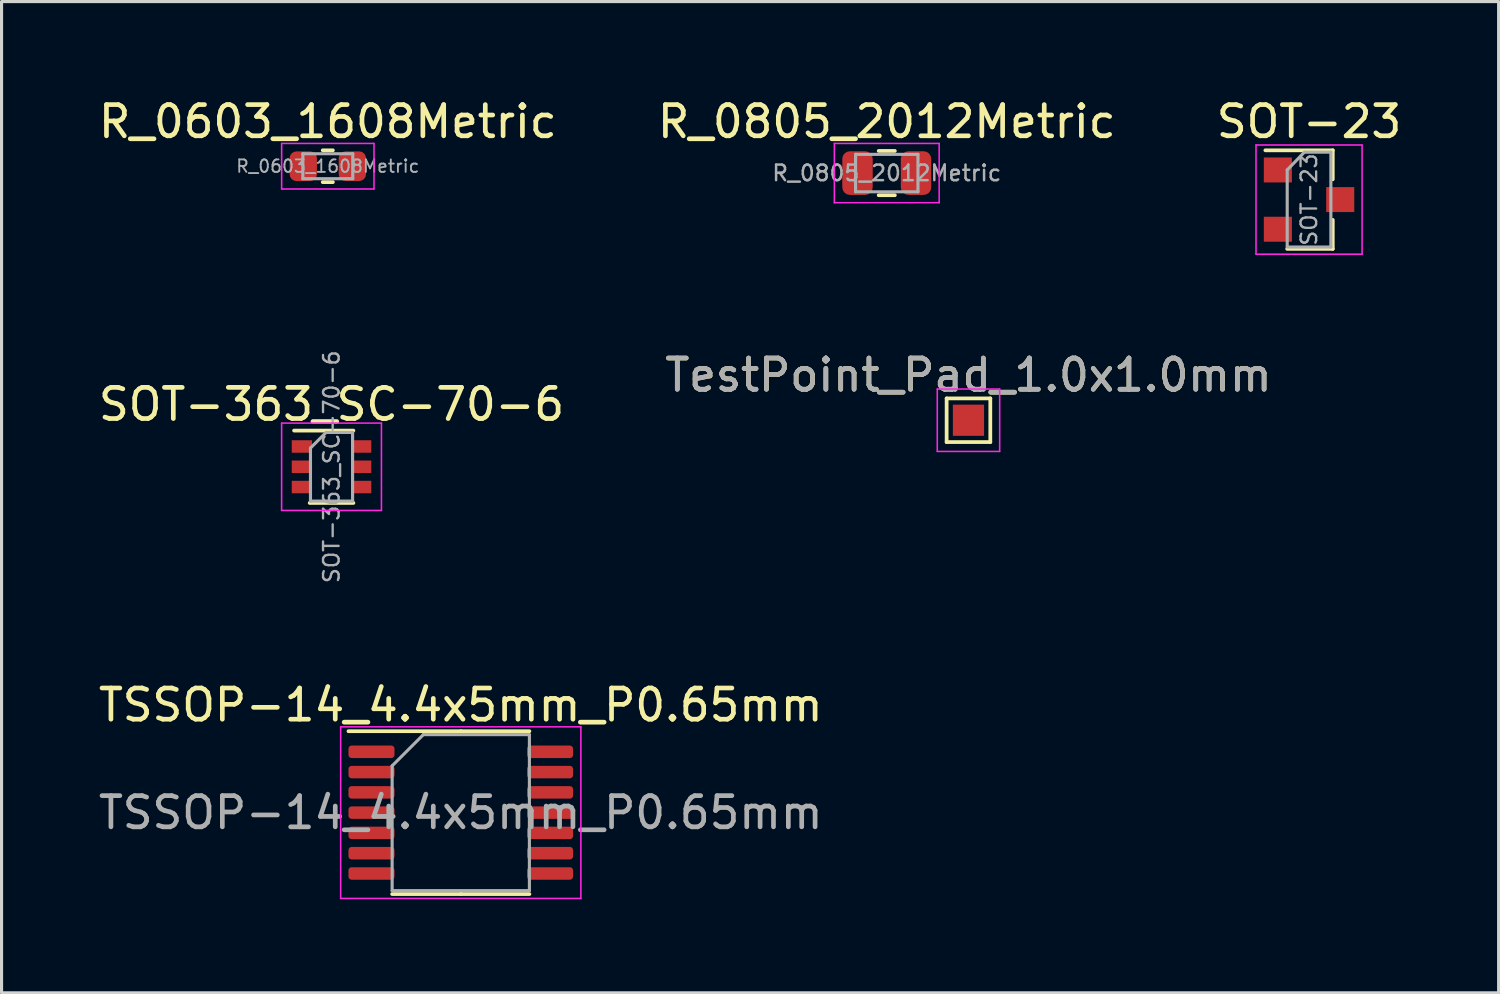
<source format=kicad_pcb>
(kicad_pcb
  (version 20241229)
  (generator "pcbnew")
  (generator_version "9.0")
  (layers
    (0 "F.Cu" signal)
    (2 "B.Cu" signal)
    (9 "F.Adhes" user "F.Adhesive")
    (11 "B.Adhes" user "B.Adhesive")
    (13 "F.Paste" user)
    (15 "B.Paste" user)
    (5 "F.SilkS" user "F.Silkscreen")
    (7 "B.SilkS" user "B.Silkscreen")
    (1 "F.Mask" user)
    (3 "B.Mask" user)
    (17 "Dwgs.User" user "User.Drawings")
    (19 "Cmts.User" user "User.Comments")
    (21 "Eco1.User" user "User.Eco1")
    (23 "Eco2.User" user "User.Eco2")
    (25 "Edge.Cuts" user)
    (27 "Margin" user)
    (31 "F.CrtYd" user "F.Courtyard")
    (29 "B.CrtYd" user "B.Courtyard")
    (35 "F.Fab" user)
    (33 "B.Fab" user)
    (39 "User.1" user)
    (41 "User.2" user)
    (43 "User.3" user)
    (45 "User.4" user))
  (footprint "SOT-363_SC-70-6"
    (layer "F.Cu")
    (at 7.577 11.912)
    (property "Reference" "SOT-363_SC-70-6" (at 0 -2 0) (layer "F.SilkS") (effects (font (size 1 1) (thickness 0.15))))
    (attr smd)
    (fp_line (start -0.7 1.16) (end 0.7 1.16) (stroke (width 0.12) (type solid)) (layer "F.SilkS"))
    (fp_line (start 0.7 -1.16) (end -1.2 -1.16) (stroke (width 0.12) (type solid)) (layer "F.SilkS"))
    (fp_line (start -1.6 -1.4) (end -1.6 1.4) (stroke (width 0.05) (type solid)) (layer "F.CrtYd"))
    (fp_line (start -1.6 -1.4) (end 1.6 -1.4) (stroke (width 0.05) (type solid)) (layer "F.CrtYd"))
    (fp_line (start -1.6 1.4) (end 1.6 1.4) (stroke (width 0.05) (type solid)) (layer "F.CrtYd"))
    (fp_line (start 1.6 1.4) (end 1.6 -1.4) (stroke (width 0.05) (type solid)) (layer "F.CrtYd"))
    (fp_line (start -0.675 -0.6) (end -0.675 1.1) (stroke (width 0.1) (type solid)) (layer "F.Fab"))
    (fp_line (start -0.175 -1.1) (end -0.675 -0.6) (stroke (width 0.1) (type solid)) (layer "F.Fab"))
    (fp_line (start 0.675 -1.1) (end -0.175 -1.1) (stroke (width 0.1) (type solid)) (layer "F.Fab"))
    (fp_line (start 0.675 -1.1) (end 0.675 1.1) (stroke (width 0.1) (type solid)) (layer "F.Fab"))
    (fp_line (start 0.675 1.1) (end -0.675 1.1) (stroke (width 0.1) (type solid)) (layer "F.Fab"))
    (fp_text user "${REFERENCE}" (at 0 0 90) (layer "F.Fab") (effects (font (size 0.5 0.5) (thickness 0.075))))
    (pad "1" smd rect (at -0.95 -0.65) (size 0.65 0.4) (layers "F.Cu" "F.Mask" "F.Paste"))
    (pad "2" smd rect (at -0.95 0) (size 0.65 0.4) (layers "F.Cu" "F.Mask" "F.Paste"))
    (pad "3" smd rect (at -0.95 0.65) (size 0.65 0.4) (layers "F.Cu" "F.Mask" "F.Paste"))
    (pad "4" smd rect (at 0.95 0.65) (size 0.65 0.4) (layers "F.Cu" "F.Mask" "F.Paste"))
    (pad "5" smd rect (at 0.95 0) (size 0.65 0.4) (layers "F.Cu" "F.Mask" "F.Paste"))
    (pad "6" smd rect (at 0.95 -0.65) (size 0.65 0.4) (layers "F.Cu" "F.Mask" "F.Paste")))
  (footprint "R_0805_2012Metric"
    (layer "F.Cu")
    (at 25.375 2.498)
    (property "Reference" "R_0805_2012Metric" (at 0 -1.65 0) (layer "F.SilkS") (effects (font (size 1 1) (thickness 0.15))))
    (attr smd)
    (fp_line (start -0.259 -0.71) (end 0.259 -0.71) (stroke (width 0.12) (type solid)) (layer "F.SilkS"))
    (fp_line (start -0.259 0.71) (end 0.259 0.71) (stroke (width 0.12) (type solid)) (layer "F.SilkS"))
    (fp_line (start -1.68 -0.95) (end 1.68 -0.95) (stroke (width 0.05) (type solid)) (layer "F.CrtYd"))
    (fp_line (start -1.68 0.95) (end -1.68 -0.95) (stroke (width 0.05) (type solid)) (layer "F.CrtYd"))
    (fp_line (start 1.68 -0.95) (end 1.68 0.95) (stroke (width 0.05) (type solid)) (layer "F.CrtYd"))
    (fp_line (start 1.68 0.95) (end -1.68 0.95) (stroke (width 0.05) (type solid)) (layer "F.CrtYd"))
    (fp_line (start -1 -0.6) (end 1 -0.6) (stroke (width 0.1) (type solid)) (layer "F.Fab"))
    (fp_line (start -1 0.6) (end -1 -0.6) (stroke (width 0.1) (type solid)) (layer "F.Fab"))
    (fp_line (start 1 -0.6) (end 1 0.6) (stroke (width 0.1) (type solid)) (layer "F.Fab"))
    (fp_line (start 1 0.6) (end -1 0.6) (stroke (width 0.1) (type solid)) (layer "F.Fab"))
    (fp_text user "${REFERENCE}" (at 0 0 0) (layer "F.Fab") (effects (font (size 0.5 0.5) (thickness 0.08))))
    (pad "1" smd roundrect (at -0.938 0) (size 0.975 1.4) (layers "F.Cu" "F.Mask" "F.Paste") (roundrect_rratio 0.25))
    (pad "2" smd roundrect (at 0.938 0) (size 0.975 1.4) (layers "F.Cu" "F.Mask" "F.Paste") (roundrect_rratio 0.25)))
  (footprint "SOT-23"
    (layer "F.Cu")
    (at 38.911 3.348)
    (property "Reference" "SOT-23" (at 0 -2.5 0) (layer "F.SilkS") (effects (font (size 1 1) (thickness 0.15))))
    (attr smd)
    (fp_line (start 0.76 -1.58) (end -1.4 -1.58) (stroke (width 0.12) (type solid)) (layer "F.SilkS"))
    (fp_line (start 0.76 -1.58) (end 0.76 -0.65) (stroke (width 0.12) (type solid)) (layer "F.SilkS"))
    (fp_line (start 0.76 1.58) (end -0.7 1.58) (stroke (width 0.12) (type solid)) (layer "F.SilkS"))
    (fp_line (start 0.76 1.58) (end 0.76 0.65) (stroke (width 0.12) (type solid)) (layer "F.SilkS"))
    (fp_line (start -1.7 -1.75) (end 1.7 -1.75) (stroke (width 0.05) (type solid)) (layer "F.CrtYd"))
    (fp_line (start -1.7 1.75) (end -1.7 -1.75) (stroke (width 0.05) (type solid)) (layer "F.CrtYd"))
    (fp_line (start 1.7 -1.75) (end 1.7 1.75) (stroke (width 0.05) (type solid)) (layer "F.CrtYd"))
    (fp_line (start 1.7 1.75) (end -1.7 1.75) (stroke (width 0.05) (type solid)) (layer "F.CrtYd"))
    (fp_line (start -0.7 -0.95) (end -0.7 1.5) (stroke (width 0.1) (type solid)) (layer "F.Fab"))
    (fp_line (start -0.7 -0.95) (end -0.15 -1.52) (stroke (width 0.1) (type solid)) (layer "F.Fab"))
    (fp_line (start -0.7 1.52) (end 0.7 1.52) (stroke (width 0.1) (type solid)) (layer "F.Fab"))
    (fp_line (start -0.15 -1.52) (end 0.7 -1.52) (stroke (width 0.1) (type solid)) (layer "F.Fab"))
    (fp_line (start 0.7 -1.52) (end 0.7 1.52) (stroke (width 0.1) (type solid)) (layer "F.Fab"))
    (fp_text user "${REFERENCE}" (at 0 0 90) (layer "F.Fab") (effects (font (size 0.5 0.5) (thickness 0.075))))
    (pad "1" smd rect (at -1 -0.95) (size 0.9 0.8) (layers "F.Cu" "F.Mask" "F.Paste"))
    (pad "2" smd rect (at -1 0.95) (size 0.9 0.8) (layers "F.Cu" "F.Mask" "F.Paste"))
    (pad "3" smd rect (at 1 0) (size 0.9 0.8) (layers "F.Cu" "F.Mask" "F.Paste")))
  (footprint "TestPoint_Pad_1.0x1.0mm"
    (layer "F.Cu")
    (at 27.994 10.421)
    (property "Reference" "TestPoint_Pad_1.0x1.0mm" (at 0 -1.448 0) (layer "F.SilkS") (effects (font (size 1 1) (thickness 0.15))))
    (attr exclude_from_pos_files exclude_from_bom)
    (fp_line (start -0.7 -0.7) (end 0.7 -0.7) (stroke (width 0.12) (type solid)) (layer "F.SilkS"))
    (fp_line (start -0.7 0.7) (end -0.7 -0.7) (stroke (width 0.12) (type solid)) (layer "F.SilkS"))
    (fp_line (start 0.7 -0.7) (end 0.7 0.7) (stroke (width 0.12) (type solid)) (layer "F.SilkS"))
    (fp_line (start 0.7 0.7) (end -0.7 0.7) (stroke (width 0.12) (type solid)) (layer "F.SilkS"))
    (fp_line (start -1 -1) (end -1 1) (stroke (width 0.05) (type solid)) (layer "F.CrtYd"))
    (fp_line (start -1 -1) (end 1 -1) (stroke (width 0.05) (type solid)) (layer "F.CrtYd"))
    (fp_line (start 1 1) (end -1 1) (stroke (width 0.05) (type solid)) (layer "F.CrtYd"))
    (fp_line (start 1 1) (end 1 -1) (stroke (width 0.05) (type solid)) (layer "F.CrtYd"))
    (fp_text user "${REFERENCE}" (at 0 -1.45 0) (layer "F.Fab") (effects (font (size 1 1) (thickness 0.15))))
    (pad "1" smd rect (at 0 0) (size 1 1) (layers "F.Cu" "F.Mask")))
  (footprint "TSSOP-14_4.4x5mm_P0.65mm"
    (layer "F.Cu")
    (at 11.72 22.999)
    (property "Reference" "TSSOP-14_4.4x5mm_P0.65mm" (at 0 -3.45 0) (layer "F.SilkS") (effects (font (size 1 1) (thickness 0.15))))
    (attr smd)
    (fp_line (start 0 -2.61) (end -3.6 -2.61) (stroke (width 0.12) (type solid)) (layer "F.SilkS"))
    (fp_line (start 0 -2.61) (end 2.2 -2.61) (stroke (width 0.12) (type solid)) (layer "F.SilkS"))
    (fp_line (start 0 2.61) (end -2.2 2.61) (stroke (width 0.12) (type solid)) (layer "F.SilkS"))
    (fp_line (start 0 2.61) (end 2.2 2.61) (stroke (width 0.12) (type solid)) (layer "F.SilkS"))
    (fp_line (start -3.85 -2.75) (end -3.85 2.75) (stroke (width 0.05) (type solid)) (layer "F.CrtYd"))
    (fp_line (start -3.85 2.75) (end 3.85 2.75) (stroke (width 0.05) (type solid)) (layer "F.CrtYd"))
    (fp_line (start 3.85 -2.75) (end -3.85 -2.75) (stroke (width 0.05) (type solid)) (layer "F.CrtYd"))
    (fp_line (start 3.85 2.75) (end 3.85 -2.75) (stroke (width 0.05) (type solid)) (layer "F.CrtYd"))
    (fp_line (start -2.2 -1.5) (end -1.2 -2.5) (stroke (width 0.1) (type solid)) (layer "F.Fab"))
    (fp_line (start -2.2 2.5) (end -2.2 -1.5) (stroke (width 0.1) (type solid)) (layer "F.Fab"))
    (fp_line (start -1.2 -2.5) (end 2.2 -2.5) (stroke (width 0.1) (type solid)) (layer "F.Fab"))
    (fp_line (start 2.2 -2.5) (end 2.2 2.5) (stroke (width 0.1) (type solid)) (layer "F.Fab"))
    (fp_line (start 2.2 2.5) (end -2.2 2.5) (stroke (width 0.1) (type solid)) (layer "F.Fab"))
    (fp_text user "${REFERENCE}" (at 0 0 0) (layer "F.Fab") (effects (font (size 1 1) (thickness 0.15))))
    (pad "1" smd roundrect (at -2.862 -1.95) (size 1.475 0.4) (layers "F.Cu" "F.Mask" "F.Paste") (roundrect_rratio 0.25))
    (pad "2" smd roundrect (at -2.862 -1.3) (size 1.475 0.4) (layers "F.Cu" "F.Mask" "F.Paste") (roundrect_rratio 0.25))
    (pad "3" smd roundrect (at -2.862 -0.65) (size 1.475 0.4) (layers "F.Cu" "F.Mask" "F.Paste") (roundrect_rratio 0.25))
    (pad "4" smd roundrect (at -2.862 0) (size 1.475 0.4) (layers "F.Cu" "F.Mask" "F.Paste") (roundrect_rratio 0.25))
    (pad "5" smd roundrect (at -2.862 0.65) (size 1.475 0.4) (layers "F.Cu" "F.Mask" "F.Paste") (roundrect_rratio 0.25))
    (pad "6" smd roundrect (at -2.862 1.3) (size 1.475 0.4) (layers "F.Cu" "F.Mask" "F.Paste") (roundrect_rratio 0.25))
    (pad "7" smd roundrect (at -2.862 1.95) (size 1.475 0.4) (layers "F.Cu" "F.Mask" "F.Paste") (roundrect_rratio 0.25))
    (pad "8" smd roundrect (at 2.862 1.95) (size 1.475 0.4) (layers "F.Cu" "F.Mask" "F.Paste") (roundrect_rratio 0.25))
    (pad "9" smd roundrect (at 2.862 1.3) (size 1.475 0.4) (layers "F.Cu" "F.Mask" "F.Paste") (roundrect_rratio 0.25))
    (pad "10" smd roundrect (at 2.862 0.65) (size 1.475 0.4) (layers "F.Cu" "F.Mask" "F.Paste") (roundrect_rratio 0.25))
    (pad "11" smd roundrect (at 2.862 0) (size 1.475 0.4) (layers "F.Cu" "F.Mask" "F.Paste") (roundrect_rratio 0.25))
    (pad "12" smd roundrect (at 2.862 -0.65) (size 1.475 0.4) (layers "F.Cu" "F.Mask" "F.Paste") (roundrect_rratio 0.25))
    (pad "13" smd roundrect (at 2.862 -1.3) (size 1.475 0.4) (layers "F.Cu" "F.Mask" "F.Paste") (roundrect_rratio 0.25))
    (pad "14" smd roundrect (at 2.862 -1.95) (size 1.475 0.4) (layers "F.Cu" "F.Mask" "F.Paste") (roundrect_rratio 0.25)))
  (footprint "R_0603_1608Metric"
    (layer "F.Cu")
    (at 7.458 2.278)
    (property "Reference" "R_0603_1608Metric" (at 0 -1.43 0) (layer "F.SilkS") (effects (font (size 1 1) (thickness 0.15))))
    (attr smd)
    (fp_line (start -0.163 -0.51) (end 0.163 -0.51) (stroke (width 0.12) (type solid)) (layer "F.SilkS"))
    (fp_line (start -0.163 0.51) (end 0.163 0.51) (stroke (width 0.12) (type solid)) (layer "F.SilkS"))
    (fp_line (start -1.48 -0.73) (end 1.48 -0.73) (stroke (width 0.05) (type solid)) (layer "F.CrtYd"))
    (fp_line (start -1.48 0.73) (end -1.48 -0.73) (stroke (width 0.05) (type solid)) (layer "F.CrtYd"))
    (fp_line (start 1.48 -0.73) (end 1.48 0.73) (stroke (width 0.05) (type solid)) (layer "F.CrtYd"))
    (fp_line (start 1.48 0.73) (end -1.48 0.73) (stroke (width 0.05) (type solid)) (layer "F.CrtYd"))
    (fp_line (start -0.8 -0.4) (end 0.8 -0.4) (stroke (width 0.1) (type solid)) (layer "F.Fab"))
    (fp_line (start -0.8 0.4) (end -0.8 -0.4) (stroke (width 0.1) (type solid)) (layer "F.Fab"))
    (fp_line (start 0.8 -0.4) (end 0.8 0.4) (stroke (width 0.1) (type solid)) (layer "F.Fab"))
    (fp_line (start 0.8 0.4) (end -0.8 0.4) (stroke (width 0.1) (type solid)) (layer "F.Fab"))
    (fp_text user "${REFERENCE}" (at 0 0 0) (layer "F.Fab") (effects (font (size 0.4 0.4) (thickness 0.06))))
    (pad "1" smd roundrect (at -0.787 0) (size 0.875 0.95) (layers "F.Cu" "F.Mask" "F.Paste") (roundrect_rratio 0.25))
    (pad "2" smd roundrect (at 0.787 0) (size 0.875 0.95) (layers "F.Cu" "F.Mask" "F.Paste") (roundrect_rratio 0.25)))
  (gr_rect
    (start -3 -3)
    (end 44.988 28.774)
    (stroke (width 0.1) (type default))
    (fill no)
    (layer "Edge.Cuts")))
</source>
